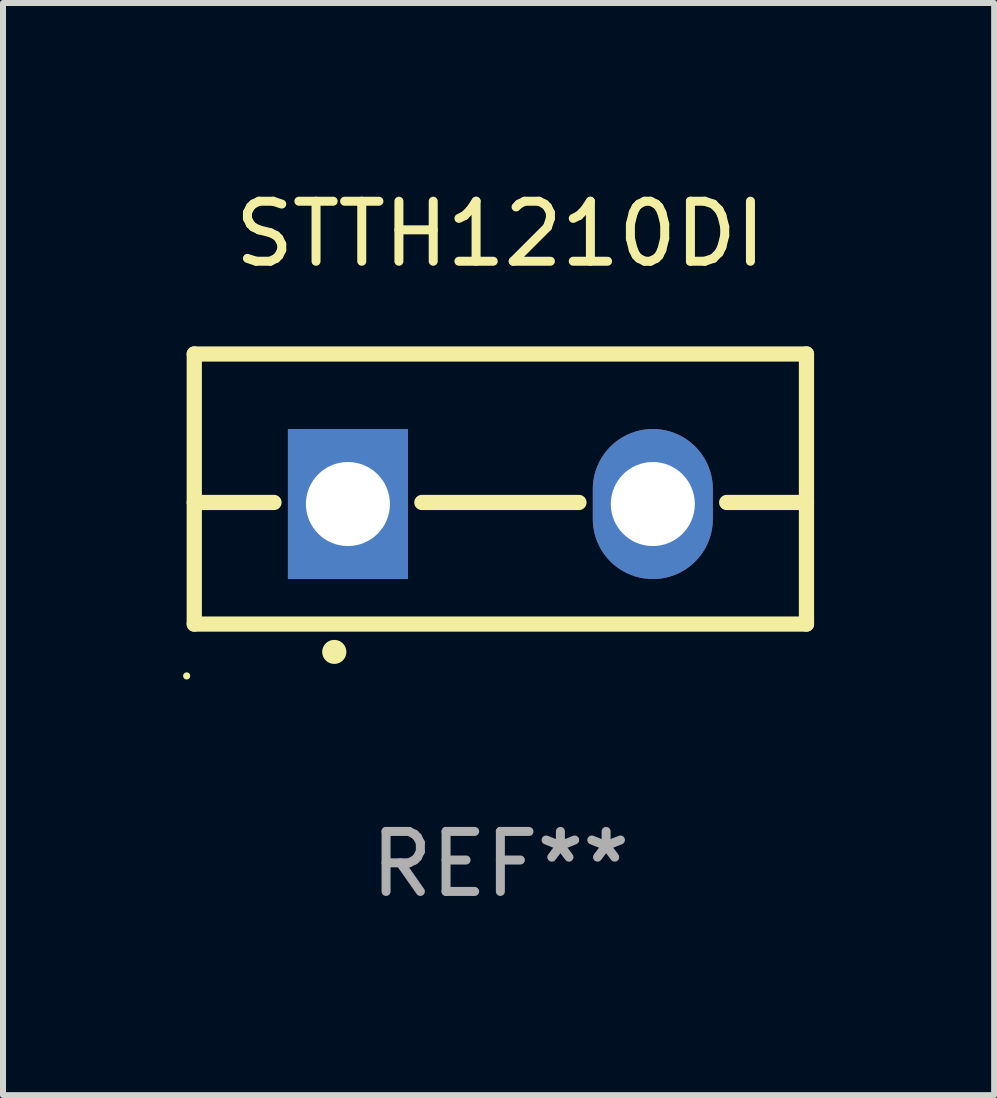
<source format=kicad_pcb>
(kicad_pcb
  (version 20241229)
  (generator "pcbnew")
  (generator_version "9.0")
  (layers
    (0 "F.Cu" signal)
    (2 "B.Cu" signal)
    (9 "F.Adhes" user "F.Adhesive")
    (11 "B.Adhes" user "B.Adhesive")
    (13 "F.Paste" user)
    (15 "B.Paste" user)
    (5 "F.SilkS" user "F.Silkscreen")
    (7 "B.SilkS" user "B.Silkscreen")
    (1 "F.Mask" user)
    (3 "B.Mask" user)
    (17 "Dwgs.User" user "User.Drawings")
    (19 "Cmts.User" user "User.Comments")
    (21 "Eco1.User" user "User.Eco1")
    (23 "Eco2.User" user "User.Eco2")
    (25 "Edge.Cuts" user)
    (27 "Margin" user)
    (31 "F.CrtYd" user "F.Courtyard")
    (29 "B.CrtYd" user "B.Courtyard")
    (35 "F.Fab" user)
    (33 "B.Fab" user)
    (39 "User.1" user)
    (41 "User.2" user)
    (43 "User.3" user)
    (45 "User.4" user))
  (footprint "STTH1210DI"
    (layer "F.Cu")
    (at 5.287 5.098)
    (property "Reference" "STTH1210DI" (at 0 -4.25 0) (layer "F.SilkS") (effects (font (size 1 1) (thickness 0.15))))
    (attr through_hole)
    (fp_line (start -5.1 -2.25) (end -5.1 2.25) (stroke (width 0.254) (type solid)) (layer "F.SilkS"))
    (fp_line (start -5.1 0.224) (end -3.772 0.224) (stroke (width 0.254) (type solid)) (layer "F.SilkS"))
    (fp_line (start -5.1 2.25) (end 5.1 2.25) (stroke (width 0.254) (type solid)) (layer "F.SilkS"))
    (fp_line (start -1.308 0.224) (end 1.309 0.224) (stroke (width 0.254) (type solid)) (layer "F.SilkS"))
    (fp_line (start 3.771 0.224) (end 5.1 0.224) (stroke (width 0.254) (type solid)) (layer "F.SilkS"))
    (fp_line (start 5.1 -2.25) (end -5.1 -2.25) (stroke (width 0.254) (type solid)) (layer "F.SilkS"))
    (fp_line (start 5.1 -2.25) (end 5.1 2.25) (stroke (width 0.254) (type solid)) (layer "F.SilkS"))
    (fp_arc (start -2.768606 2.713805) (mid -2.767336 2.713801) (end -2.766066 2.713805) (stroke (width 0.4) (type solid)) (layer "F.SilkS"))
    (fp_circle (center -5.227 3.114) (end -5.197 3.114) (stroke (width 0.06) (type solid)) (fill no) (layer "F.SilkS"))
    (fp_text user "REF**" (at 0 6.25 0) (layer "F.Fab") (effects (font (size 1 1) (thickness 0.15))))
    (pad "1" thru_hole rect (at -2.54 0.25) (size 2 2.5) (drill 1.4) (layers "*.Cu" "*.Mask"))
    (pad "3" thru_hole oval (at 2.54 0.25) (size 2 2.5) (drill 1.4) (layers "*.Cu" "*.Mask")))
  (gr_rect
    (start -3 -3)
    (end 13.514 15.197)
    (stroke (width 0.1) (type default))
    (fill no)
    (layer "Edge.Cuts")))
</source>
